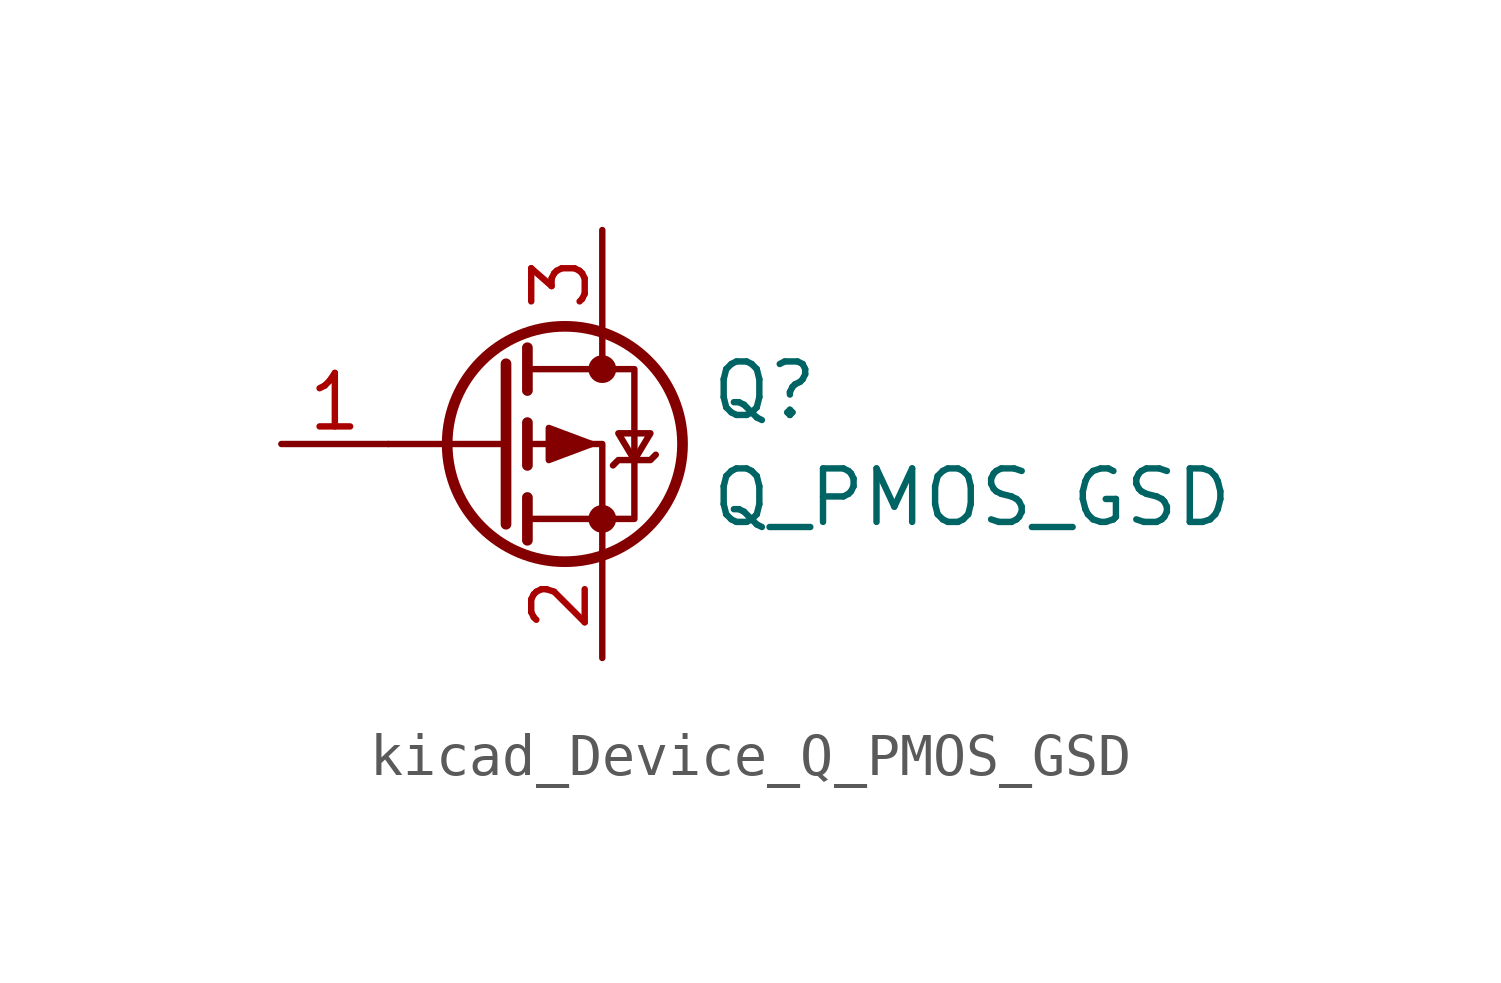
<source format=kicad_sym>
(kicad_symbol_lib
  (version 20220914)
  (generator kicad_symbol_editor)
  (symbol "kicad_Device_Q_PMOS_GSD"
    (pin_names
      (offset 0) hide)
    (property "Reference" "Q"
      (at 5.08 1.27 0)
      (effects (font (size 1.27 1.27)) (justify left)))
    (property "Value" "Q_PMOS_GSD"
      (at 5.08 -1.27 0)
      (effects (font (size 1.27 1.27)) (justify left)))
    (symbol "kicad_Device_Q_PMOS_GSD_0_1"
      (polyline (pts (xy 0.254 0) (xy -2.54 0)) (stroke (width 0) (type default)) (fill (type none)))
      (polyline (pts (xy 0.254 1.905) (xy 0.254 -1.905)) (stroke (width 0.254) (type default)) (fill (type none)))
      (polyline (pts (xy 0.762 -1.27) (xy 0.762 -2.286)) (stroke (width 0.254) (type default)) (fill (type none)))
      (polyline (pts (xy 0.762 0.508) (xy 0.762 -0.508)) (stroke (width 0.254) (type default)) (fill (type none)))
      (polyline (pts (xy 0.762 2.286) (xy 0.762 1.27)) (stroke (width 0.254) (type default)) (fill (type none)))
      (polyline (pts (xy 2.54 2.54) (xy 2.54 1.778)) (stroke (width 0) (type default)) (fill (type none)))
      (polyline (pts (xy 2.54 -2.54) (xy 2.54 0) (xy 0.762 0)) (stroke (width 0) (type default)) (fill (type none)))
      (polyline (pts (xy 0.762 1.778) (xy 3.302 1.778) (xy 3.302 -1.778) (xy 0.762 -1.778)) (stroke (width 0) (type default)) (fill (type none)))
      (polyline (pts (xy 2.286 0) (xy 1.27 0.381) (xy 1.27 -0.381) (xy 2.286 0)) (stroke (width 0) (type default)) (fill (type outline)))
      (polyline (pts (xy 2.794 -0.508) (xy 2.921 -0.381) (xy 3.683 -0.381) (xy 3.81 -0.254)) (stroke (width 0) (type default)) (fill (type none)))
      (polyline (pts (xy 3.302 -0.381) (xy 2.921 0.254) (xy 3.683 0.254) (xy 3.302 -0.381)) (stroke (width 0) (type default)) (fill (type none)))
      (circle (center 1.651 0) (radius 2.794) (stroke (width 0.254) (type default)) (fill (type none)))
      (circle (center 2.54 -1.778) (radius 0.254) (stroke (width 0) (type default)) (fill (type outline)))
      (circle (center 2.54 1.778) (radius 0.254) (stroke (width 0) (type default)) (fill (type outline))))
    (symbol "kicad_Device_Q_PMOS_GSD_1_1"
      (pin input line (at -5.08 0 0) (length 2.54) (name "G" (effects (font (size 1.27 1.27)))) (number "1" (effects (font (size 1.27 1.27)))))
      (pin passive line (at 2.54 -5.08 90) (length 2.54) (name "S" (effects (font (size 1.27 1.27)))) (number "2" (effects (font (size 1.27 1.27)))))
      (pin passive line (at 2.54 5.08 270) (length 2.54) (name "D" (effects (font (size 1.27 1.27)))) (number "3" (effects (font (size 1.27 1.27))))))))
</source>
